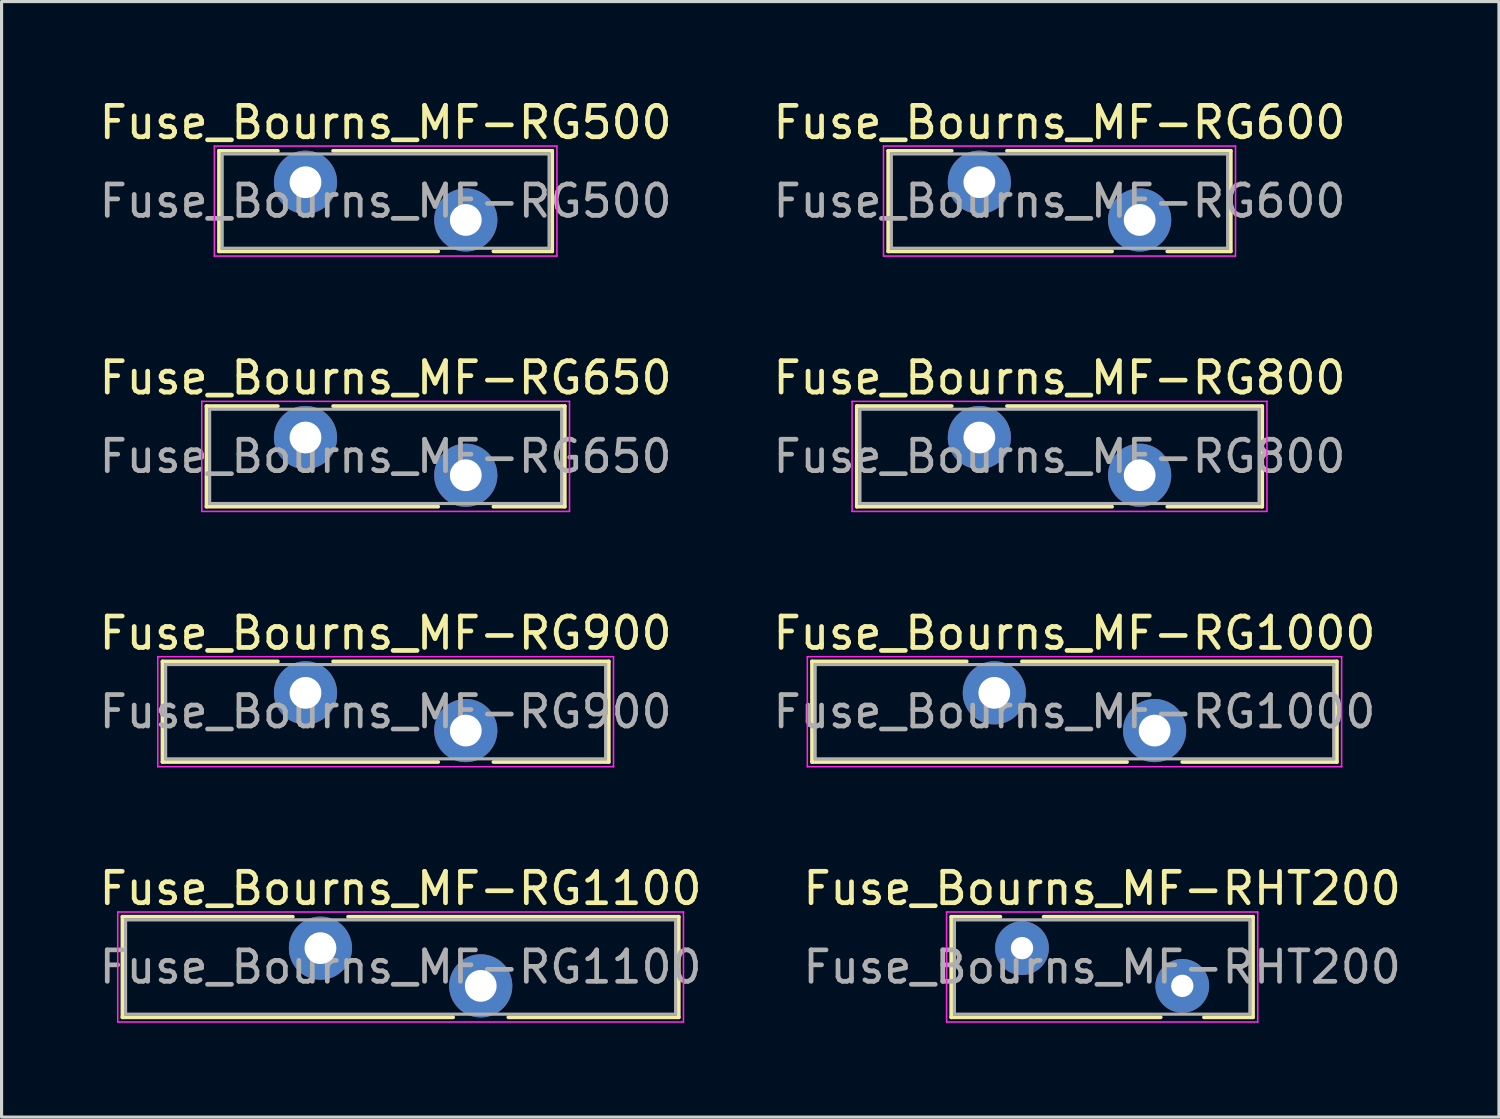
<source format=kicad_pcb>
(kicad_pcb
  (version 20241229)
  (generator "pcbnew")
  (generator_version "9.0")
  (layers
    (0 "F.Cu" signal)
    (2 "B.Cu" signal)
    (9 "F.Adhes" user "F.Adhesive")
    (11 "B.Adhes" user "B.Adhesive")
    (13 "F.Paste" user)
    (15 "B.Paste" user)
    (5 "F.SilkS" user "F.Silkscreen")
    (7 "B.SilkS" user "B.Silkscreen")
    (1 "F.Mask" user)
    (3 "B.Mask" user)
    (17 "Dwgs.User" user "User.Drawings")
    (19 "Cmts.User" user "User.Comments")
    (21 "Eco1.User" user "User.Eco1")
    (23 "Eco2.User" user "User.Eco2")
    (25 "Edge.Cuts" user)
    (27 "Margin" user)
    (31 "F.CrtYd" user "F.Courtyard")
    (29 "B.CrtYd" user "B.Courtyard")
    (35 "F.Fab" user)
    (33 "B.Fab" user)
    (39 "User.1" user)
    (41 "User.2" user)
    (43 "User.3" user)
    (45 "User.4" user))
  (footprint "Fuse_Bourns_MF-RHT200"
    (layer "F.Cu")
    (at 29.468 27.118)
    (property "Reference" "Fuse_Bourns_MF-RHT200" (at 2.55 -1.9 0) (layer "F.SilkS") (effects (font (size 1 1) (thickness 0.15))))
    (attr through_hole)
    (fp_line (start -2.251 -1) (end -2.251 2.2) (stroke (width 0.12) (type solid)) (layer "F.SilkS"))
    (fp_line (start -2.251 -1) (end -0.689 -1) (stroke (width 0.12) (type solid)) (layer "F.SilkS"))
    (fp_line (start -2.251 2.2) (end 4.412 2.2) (stroke (width 0.12) (type solid)) (layer "F.SilkS"))
    (fp_line (start 0.689 -1) (end 7.35 -1) (stroke (width 0.12) (type solid)) (layer "F.SilkS"))
    (fp_line (start 5.789 2.2) (end 7.35 2.2) (stroke (width 0.12) (type solid)) (layer "F.SilkS"))
    (fp_line (start 7.35 -1) (end 7.35 2.2) (stroke (width 0.12) (type solid)) (layer "F.SilkS"))
    (fp_line (start -2.4 -1.15) (end -2.4 2.35) (stroke (width 0.05) (type solid)) (layer "F.CrtYd"))
    (fp_line (start -2.4 2.35) (end 7.5 2.35) (stroke (width 0.05) (type solid)) (layer "F.CrtYd"))
    (fp_line (start 7.5 -1.15) (end -2.4 -1.15) (stroke (width 0.05) (type solid)) (layer "F.CrtYd"))
    (fp_line (start 7.5 2.35) (end 7.5 -1.15) (stroke (width 0.05) (type solid)) (layer "F.CrtYd"))
    (fp_line (start -2.15 -0.9) (end -2.15 2.1) (stroke (width 0.1) (type solid)) (layer "F.Fab"))
    (fp_line (start -2.15 2.1) (end 7.25 2.1) (stroke (width 0.1) (type solid)) (layer "F.Fab"))
    (fp_line (start 7.25 -0.9) (end -2.15 -0.9) (stroke (width 0.1) (type solid)) (layer "F.Fab"))
    (fp_line (start 7.25 2.1) (end 7.25 -0.9) (stroke (width 0.1) (type solid)) (layer "F.Fab"))
    (fp_text user "${REFERENCE}" (at 2.55 0.6 0) (layer "F.Fab") (effects (font (size 1 1) (thickness 0.15))))
    (pad "1" thru_hole circle (at 0 0) (size 1.71 1.71) (drill 0.71) (layers "*.Cu" "*.Mask"))
    (pad "2" thru_hole circle (at 5.1 1.2) (size 1.71 1.71) (drill 0.71) (layers "*.Cu" "*.Mask")))
  (footprint "Fuse_Bourns_MF-RG800"
    (layer "F.Cu")
    (at 28.111 10.871)
    (property "Reference" "Fuse_Bourns_MF-RG800" (at 2.55 -1.9 0) (layer "F.SilkS") (effects (font (size 1 1) (thickness 0.15))))
    (attr through_hole)
    (fp_line (start -3.9 -1) (end -3.9 2.2) (stroke (width 0.12) (type solid)) (layer "F.SilkS"))
    (fp_line (start -3.9 -1) (end -0.879 -1) (stroke (width 0.12) (type solid)) (layer "F.SilkS"))
    (fp_line (start -3.9 2.2) (end 4.222 2.2) (stroke (width 0.12) (type solid)) (layer "F.SilkS"))
    (fp_line (start 0.879 -1) (end 9 -1) (stroke (width 0.12) (type solid)) (layer "F.SilkS"))
    (fp_line (start 5.979 2.2) (end 9 2.2) (stroke (width 0.12) (type solid)) (layer "F.SilkS"))
    (fp_line (start 9 -1) (end 9 2.2) (stroke (width 0.12) (type solid)) (layer "F.SilkS"))
    (fp_line (start -4.05 -1.15) (end -4.05 2.35) (stroke (width 0.05) (type solid)) (layer "F.CrtYd"))
    (fp_line (start -4.05 2.35) (end 9.15 2.35) (stroke (width 0.05) (type solid)) (layer "F.CrtYd"))
    (fp_line (start 9.15 -1.15) (end -4.05 -1.15) (stroke (width 0.05) (type solid)) (layer "F.CrtYd"))
    (fp_line (start 9.15 2.35) (end 9.15 -1.15) (stroke (width 0.05) (type solid)) (layer "F.CrtYd"))
    (fp_line (start -3.8 -0.9) (end -3.8 2.1) (stroke (width 0.1) (type solid)) (layer "F.Fab"))
    (fp_line (start -3.8 2.1) (end 8.9 2.1) (stroke (width 0.1) (type solid)) (layer "F.Fab"))
    (fp_line (start 8.9 -0.9) (end -3.8 -0.9) (stroke (width 0.1) (type solid)) (layer "F.Fab"))
    (fp_line (start 8.9 2.1) (end 8.9 -0.9) (stroke (width 0.1) (type solid)) (layer "F.Fab"))
    (fp_text user "${REFERENCE}" (at 2.55 0.6 0) (layer "F.Fab") (effects (font (size 1 1) (thickness 0.15))))
    (pad "1" thru_hole circle (at 0 0) (size 2.01 2.01) (drill 1.01) (layers "*.Cu" "*.Mask"))
    (pad "2" thru_hole circle (at 5.1 1.2) (size 2.01 2.01) (drill 1.01) (layers "*.Cu" "*.Mask")))
  (footprint "Fuse_Bourns_MF-RG900"
    (layer "F.Cu")
    (at 6.67 18.995)
    (property "Reference" "Fuse_Bourns_MF-RG900" (at 2.55 -1.9 0) (layer "F.SilkS") (effects (font (size 1 1) (thickness 0.15))))
    (attr through_hole)
    (fp_line (start -4.55 -1) (end -4.55 2.2) (stroke (width 0.12) (type solid)) (layer "F.SilkS"))
    (fp_line (start -4.55 -1) (end -0.879 -1) (stroke (width 0.12) (type solid)) (layer "F.SilkS"))
    (fp_line (start -4.55 2.2) (end 4.222 2.2) (stroke (width 0.12) (type solid)) (layer "F.SilkS"))
    (fp_line (start 0.879 -1) (end 9.65 -1) (stroke (width 0.12) (type solid)) (layer "F.SilkS"))
    (fp_line (start 5.979 2.2) (end 9.65 2.2) (stroke (width 0.12) (type solid)) (layer "F.SilkS"))
    (fp_line (start 9.65 -1) (end 9.65 2.2) (stroke (width 0.12) (type solid)) (layer "F.SilkS"))
    (fp_line (start -4.7 -1.15) (end -4.7 2.35) (stroke (width 0.05) (type solid)) (layer "F.CrtYd"))
    (fp_line (start -4.7 2.35) (end 9.8 2.35) (stroke (width 0.05) (type solid)) (layer "F.CrtYd"))
    (fp_line (start 9.8 -1.15) (end -4.7 -1.15) (stroke (width 0.05) (type solid)) (layer "F.CrtYd"))
    (fp_line (start 9.8 2.35) (end 9.8 -1.15) (stroke (width 0.05) (type solid)) (layer "F.CrtYd"))
    (fp_line (start -4.45 -0.9) (end -4.45 2.1) (stroke (width 0.1) (type solid)) (layer "F.Fab"))
    (fp_line (start -4.45 2.1) (end 9.55 2.1) (stroke (width 0.1) (type solid)) (layer "F.Fab"))
    (fp_line (start 9.55 -0.9) (end -4.45 -0.9) (stroke (width 0.1) (type solid)) (layer "F.Fab"))
    (fp_line (start 9.55 2.1) (end 9.55 -0.9) (stroke (width 0.1) (type solid)) (layer "F.Fab"))
    (fp_text user "${REFERENCE}" (at 2.55 0.6 0) (layer "F.Fab") (effects (font (size 1 1) (thickness 0.15))))
    (pad "1" thru_hole circle (at 0 0) (size 2.01 2.01) (drill 1.01) (layers "*.Cu" "*.Mask"))
    (pad "2" thru_hole circle (at 5.1 1.2) (size 2.01 2.01) (drill 1.01) (layers "*.Cu" "*.Mask")))
  (footprint "Fuse_Bourns_MF-RG1000"
    (layer "F.Cu")
    (at 28.587 18.995)
    (property "Reference" "Fuse_Bourns_MF-RG1000" (at 2.55 -1.9 0) (layer "F.SilkS") (effects (font (size 1 1) (thickness 0.15))))
    (attr through_hole)
    (fp_line (start -5.8 -1) (end -5.8 2.2) (stroke (width 0.12) (type solid)) (layer "F.SilkS"))
    (fp_line (start -5.8 -1) (end -0.879 -1) (stroke (width 0.12) (type solid)) (layer "F.SilkS"))
    (fp_line (start -5.8 2.2) (end 4.222 2.2) (stroke (width 0.12) (type solid)) (layer "F.SilkS"))
    (fp_line (start 0.879 -1) (end 10.9 -1) (stroke (width 0.12) (type solid)) (layer "F.SilkS"))
    (fp_line (start 5.979 2.2) (end 10.9 2.2) (stroke (width 0.12) (type solid)) (layer "F.SilkS"))
    (fp_line (start 10.9 -1) (end 10.9 2.2) (stroke (width 0.12) (type solid)) (layer "F.SilkS"))
    (fp_line (start -5.95 -1.15) (end -5.95 2.35) (stroke (width 0.05) (type solid)) (layer "F.CrtYd"))
    (fp_line (start -5.95 2.35) (end 11.05 2.35) (stroke (width 0.05) (type solid)) (layer "F.CrtYd"))
    (fp_line (start 11.05 -1.15) (end -5.95 -1.15) (stroke (width 0.05) (type solid)) (layer "F.CrtYd"))
    (fp_line (start 11.05 2.35) (end 11.05 -1.15) (stroke (width 0.05) (type solid)) (layer "F.CrtYd"))
    (fp_line (start -5.7 -0.9) (end -5.7 2.1) (stroke (width 0.1) (type solid)) (layer "F.Fab"))
    (fp_line (start -5.7 2.1) (end 10.8 2.1) (stroke (width 0.1) (type solid)) (layer "F.Fab"))
    (fp_line (start 10.8 -0.9) (end -5.7 -0.9) (stroke (width 0.1) (type solid)) (layer "F.Fab"))
    (fp_line (start 10.8 2.1) (end 10.8 -0.9) (stroke (width 0.1) (type solid)) (layer "F.Fab"))
    (fp_text user "${REFERENCE}" (at 2.55 0.6 0) (layer "F.Fab") (effects (font (size 1 1) (thickness 0.15))))
    (pad "1" thru_hole circle (at 0 0) (size 2.01 2.01) (drill 1.01) (layers "*.Cu" "*.Mask"))
    (pad "2" thru_hole circle (at 5.1 1.2) (size 2.01 2.01) (drill 1.01) (layers "*.Cu" "*.Mask")))
  (footprint "Fuse_Bourns_MF-RG600"
    (layer "F.Cu")
    (at 28.111 2.748)
    (property "Reference" "Fuse_Bourns_MF-RG600" (at 2.55 -1.9 0) (layer "F.SilkS") (effects (font (size 1 1) (thickness 0.15))))
    (attr through_hole)
    (fp_line (start -2.9 -1) (end -2.9 2.2) (stroke (width 0.12) (type solid)) (layer "F.SilkS"))
    (fp_line (start -2.9 -1) (end -0.879 -1) (stroke (width 0.12) (type solid)) (layer "F.SilkS"))
    (fp_line (start -2.9 2.2) (end 4.222 2.2) (stroke (width 0.12) (type solid)) (layer "F.SilkS"))
    (fp_line (start 0.879 -1) (end 8 -1) (stroke (width 0.12) (type solid)) (layer "F.SilkS"))
    (fp_line (start 5.979 2.2) (end 8 2.2) (stroke (width 0.12) (type solid)) (layer "F.SilkS"))
    (fp_line (start 8 -1) (end 8 2.2) (stroke (width 0.12) (type solid)) (layer "F.SilkS"))
    (fp_line (start -3.05 -1.15) (end -3.05 2.35) (stroke (width 0.05) (type solid)) (layer "F.CrtYd"))
    (fp_line (start -3.05 2.35) (end 8.15 2.35) (stroke (width 0.05) (type solid)) (layer "F.CrtYd"))
    (fp_line (start 8.15 -1.15) (end -3.05 -1.15) (stroke (width 0.05) (type solid)) (layer "F.CrtYd"))
    (fp_line (start 8.15 2.35) (end 8.15 -1.15) (stroke (width 0.05) (type solid)) (layer "F.CrtYd"))
    (fp_line (start -2.8 -0.9) (end -2.8 2.1) (stroke (width 0.1) (type solid)) (layer "F.Fab"))
    (fp_line (start -2.8 2.1) (end 7.9 2.1) (stroke (width 0.1) (type solid)) (layer "F.Fab"))
    (fp_line (start 7.9 -0.9) (end -2.8 -0.9) (stroke (width 0.1) (type solid)) (layer "F.Fab"))
    (fp_line (start 7.9 2.1) (end 7.9 -0.9) (stroke (width 0.1) (type solid)) (layer "F.Fab"))
    (fp_text user "${REFERENCE}" (at 2.55 0.6 0) (layer "F.Fab") (effects (font (size 1 1) (thickness 0.15))))
    (pad "1" thru_hole circle (at 0 0) (size 2.01 2.01) (drill 1.01) (layers "*.Cu" "*.Mask"))
    (pad "2" thru_hole circle (at 5.1 1.2) (size 2.01 2.01) (drill 1.01) (layers "*.Cu" "*.Mask")))
  (footprint "Fuse_Bourns_MF-RG650"
    (layer "F.Cu")
    (at 6.67 10.871)
    (property "Reference" "Fuse_Bourns_MF-RG650" (at 2.55 -1.9 0) (layer "F.SilkS") (effects (font (size 1 1) (thickness 0.15))))
    (attr through_hole)
    (fp_line (start -3.15 -1) (end -3.15 2.2) (stroke (width 0.12) (type solid)) (layer "F.SilkS"))
    (fp_line (start -3.15 -1) (end -0.879 -1) (stroke (width 0.12) (type solid)) (layer "F.SilkS"))
    (fp_line (start -3.15 2.2) (end 4.222 2.2) (stroke (width 0.12) (type solid)) (layer "F.SilkS"))
    (fp_line (start 0.879 -1) (end 8.25 -1) (stroke (width 0.12) (type solid)) (layer "F.SilkS"))
    (fp_line (start 5.979 2.2) (end 8.25 2.2) (stroke (width 0.12) (type solid)) (layer "F.SilkS"))
    (fp_line (start 8.25 -1) (end 8.25 2.2) (stroke (width 0.12) (type solid)) (layer "F.SilkS"))
    (fp_line (start -3.3 -1.15) (end -3.3 2.35) (stroke (width 0.05) (type solid)) (layer "F.CrtYd"))
    (fp_line (start -3.3 2.35) (end 8.4 2.35) (stroke (width 0.05) (type solid)) (layer "F.CrtYd"))
    (fp_line (start 8.4 -1.15) (end -3.3 -1.15) (stroke (width 0.05) (type solid)) (layer "F.CrtYd"))
    (fp_line (start 8.4 2.35) (end 8.4 -1.15) (stroke (width 0.05) (type solid)) (layer "F.CrtYd"))
    (fp_line (start -3.05 -0.9) (end -3.05 2.1) (stroke (width 0.1) (type solid)) (layer "F.Fab"))
    (fp_line (start -3.05 2.1) (end 8.15 2.1) (stroke (width 0.1) (type solid)) (layer "F.Fab"))
    (fp_line (start 8.15 -0.9) (end -3.05 -0.9) (stroke (width 0.1) (type solid)) (layer "F.Fab"))
    (fp_line (start 8.15 2.1) (end 8.15 -0.9) (stroke (width 0.1) (type solid)) (layer "F.Fab"))
    (fp_text user "${REFERENCE}" (at 2.55 0.6 0) (layer "F.Fab") (effects (font (size 1 1) (thickness 0.15))))
    (pad "1" thru_hole circle (at 0 0) (size 2.01 2.01) (drill 1.01) (layers "*.Cu" "*.Mask"))
    (pad "2" thru_hole circle (at 5.1 1.2) (size 2.01 2.01) (drill 1.01) (layers "*.Cu" "*.Mask")))
  (footprint "Fuse_Bourns_MF-RG500"
    (layer "F.Cu")
    (at 6.67 2.748)
    (property "Reference" "Fuse_Bourns_MF-RG500" (at 2.55 -1.9 0) (layer "F.SilkS") (effects (font (size 1 1) (thickness 0.15))))
    (attr through_hole)
    (fp_line (start -2.751 -1) (end -2.751 2.2) (stroke (width 0.12) (type solid)) (layer "F.SilkS"))
    (fp_line (start -2.751 -1) (end -0.879 -1) (stroke (width 0.12) (type solid)) (layer "F.SilkS"))
    (fp_line (start -2.751 2.2) (end 4.222 2.2) (stroke (width 0.12) (type solid)) (layer "F.SilkS"))
    (fp_line (start 0.879 -1) (end 7.85 -1) (stroke (width 0.12) (type solid)) (layer "F.SilkS"))
    (fp_line (start 5.979 2.2) (end 7.85 2.2) (stroke (width 0.12) (type solid)) (layer "F.SilkS"))
    (fp_line (start 7.85 -1) (end 7.85 2.2) (stroke (width 0.12) (type solid)) (layer "F.SilkS"))
    (fp_line (start -2.9 -1.15) (end -2.9 2.35) (stroke (width 0.05) (type solid)) (layer "F.CrtYd"))
    (fp_line (start -2.9 2.35) (end 8 2.35) (stroke (width 0.05) (type solid)) (layer "F.CrtYd"))
    (fp_line (start 8 -1.15) (end -2.9 -1.15) (stroke (width 0.05) (type solid)) (layer "F.CrtYd"))
    (fp_line (start 8 2.35) (end 8 -1.15) (stroke (width 0.05) (type solid)) (layer "F.CrtYd"))
    (fp_line (start -2.65 -0.9) (end -2.65 2.1) (stroke (width 0.1) (type solid)) (layer "F.Fab"))
    (fp_line (start -2.65 2.1) (end 7.75 2.1) (stroke (width 0.1) (type solid)) (layer "F.Fab"))
    (fp_line (start 7.75 -0.9) (end -2.65 -0.9) (stroke (width 0.1) (type solid)) (layer "F.Fab"))
    (fp_line (start 7.75 2.1) (end 7.75 -0.9) (stroke (width 0.1) (type solid)) (layer "F.Fab"))
    (fp_text user "${REFERENCE}" (at 2.55 0.6 0) (layer "F.Fab") (effects (font (size 1 1) (thickness 0.15))))
    (pad "1" thru_hole circle (at 0 0) (size 2.01 2.01) (drill 1.01) (layers "*.Cu" "*.Mask"))
    (pad "2" thru_hole circle (at 5.1 1.2) (size 2.01 2.01) (drill 1.01) (layers "*.Cu" "*.Mask")))
  (footprint "Fuse_Bourns_MF-RG1100"
    (layer "F.Cu")
    (at 7.146 27.118)
    (property "Reference" "Fuse_Bourns_MF-RG1100" (at 2.55 -1.9 0) (layer "F.SilkS") (effects (font (size 1 1) (thickness 0.15))))
    (attr through_hole)
    (fp_line (start -6.3 -1) (end -6.3 2.2) (stroke (width 0.12) (type solid)) (layer "F.SilkS"))
    (fp_line (start -6.3 -1) (end -0.879 -1) (stroke (width 0.12) (type solid)) (layer "F.SilkS"))
    (fp_line (start -6.3 2.2) (end 4.222 2.2) (stroke (width 0.12) (type solid)) (layer "F.SilkS"))
    (fp_line (start 0.879 -1) (end 11.4 -1) (stroke (width 0.12) (type solid)) (layer "F.SilkS"))
    (fp_line (start 5.979 2.2) (end 11.4 2.2) (stroke (width 0.12) (type solid)) (layer "F.SilkS"))
    (fp_line (start 11.4 -1) (end 11.4 2.2) (stroke (width 0.12) (type solid)) (layer "F.SilkS"))
    (fp_line (start -6.45 -1.15) (end -6.45 2.35) (stroke (width 0.05) (type solid)) (layer "F.CrtYd"))
    (fp_line (start -6.45 2.35) (end 11.55 2.35) (stroke (width 0.05) (type solid)) (layer "F.CrtYd"))
    (fp_line (start 11.55 -1.15) (end -6.45 -1.15) (stroke (width 0.05) (type solid)) (layer "F.CrtYd"))
    (fp_line (start 11.55 2.35) (end 11.55 -1.15) (stroke (width 0.05) (type solid)) (layer "F.CrtYd"))
    (fp_line (start -6.2 -0.9) (end -6.2 2.1) (stroke (width 0.1) (type solid)) (layer "F.Fab"))
    (fp_line (start -6.2 2.1) (end 11.3 2.1) (stroke (width 0.1) (type solid)) (layer "F.Fab"))
    (fp_line (start 11.3 -0.9) (end -6.2 -0.9) (stroke (width 0.1) (type solid)) (layer "F.Fab"))
    (fp_line (start 11.3 2.1) (end 11.3 -0.9) (stroke (width 0.1) (type solid)) (layer "F.Fab"))
    (fp_text user "${REFERENCE}" (at 2.55 0.6 0) (layer "F.Fab") (effects (font (size 1 1) (thickness 0.15))))
    (pad "1" thru_hole circle (at 0 0) (size 2.01 2.01) (drill 1.01) (layers "*.Cu" "*.Mask"))
    (pad "2" thru_hole circle (at 5.1 1.2) (size 2.01 2.01) (drill 1.01) (layers "*.Cu" "*.Mask")))
  (gr_rect
    (start -3 -3)
    (end 44.643 32.493)
    (stroke (width 0.1) (type default))
    (fill no)
    (layer "Edge.Cuts")))
</source>
